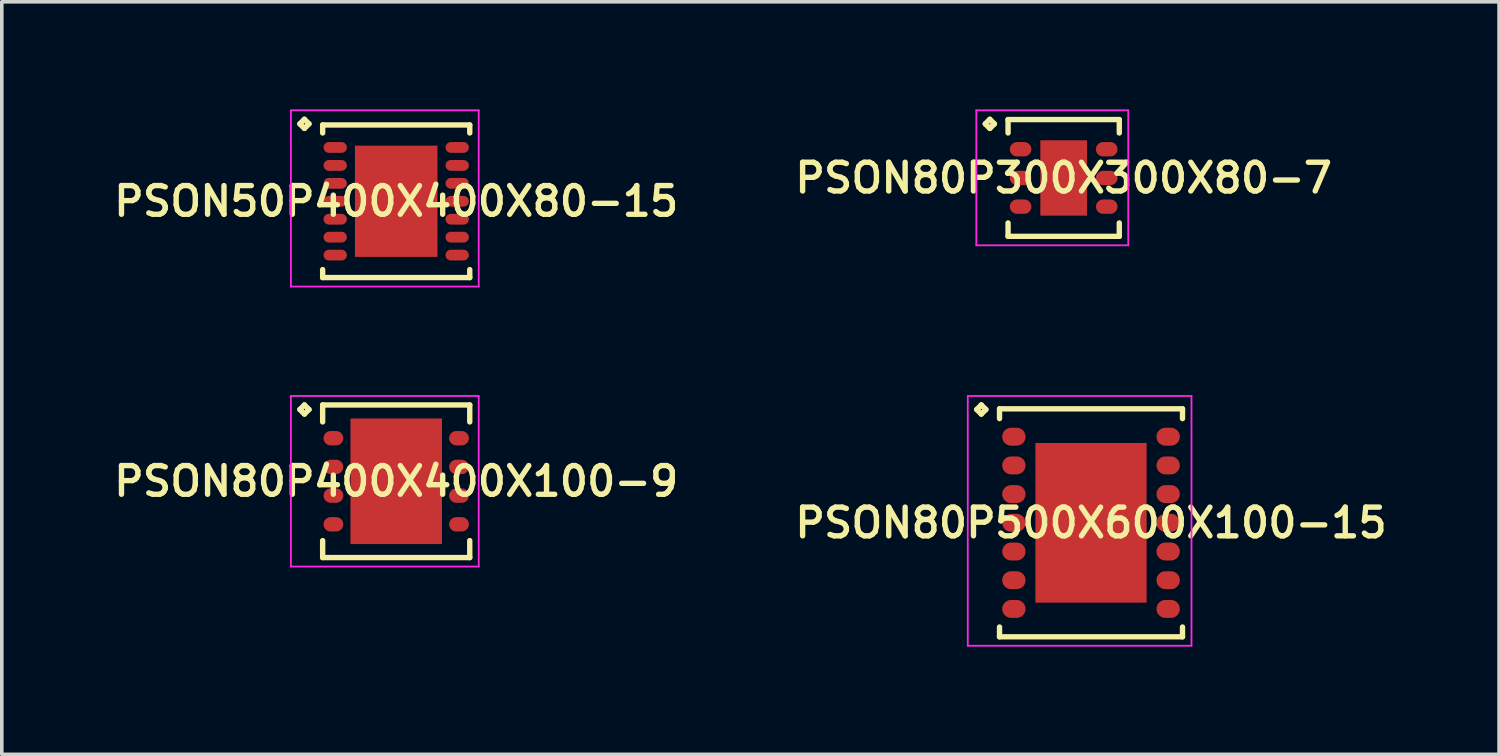
<source format=kicad_pcb>
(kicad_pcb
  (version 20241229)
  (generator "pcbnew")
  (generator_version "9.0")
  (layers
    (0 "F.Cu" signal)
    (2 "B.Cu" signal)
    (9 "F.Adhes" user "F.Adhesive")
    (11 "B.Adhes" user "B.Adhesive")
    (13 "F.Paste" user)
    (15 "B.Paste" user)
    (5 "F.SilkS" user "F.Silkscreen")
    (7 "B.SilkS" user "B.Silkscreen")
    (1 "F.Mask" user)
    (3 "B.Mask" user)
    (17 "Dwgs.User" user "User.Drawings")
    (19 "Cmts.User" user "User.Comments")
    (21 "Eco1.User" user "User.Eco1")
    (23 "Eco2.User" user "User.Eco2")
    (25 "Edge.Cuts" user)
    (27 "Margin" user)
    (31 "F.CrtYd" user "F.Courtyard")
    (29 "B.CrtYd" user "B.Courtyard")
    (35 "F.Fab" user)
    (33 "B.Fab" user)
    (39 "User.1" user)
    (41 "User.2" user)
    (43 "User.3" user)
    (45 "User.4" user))
  (footprint "PSON80P400X400X100-9"
    (layer "F.Cu")
    (at 7.993 10.364)
    (property "Reference" "PSON80P400X400X100-9" (at 0 0 0) (layer "F.SilkS") (effects (font (size 0.8 0.8) (thickness 0.15))))
    (attr smd)
    (fp_line (start -2.685 -2) (end -2.558 -2.127) (stroke (width 0.15) (type solid)) (layer "F.SilkS"))
    (fp_line (start -2.558 -2.127) (end -2.431 -2) (stroke (width 0.15) (type solid)) (layer "F.SilkS"))
    (fp_line (start -2.558 -1.873) (end -2.685 -2) (stroke (width 0.15) (type solid)) (layer "F.SilkS"))
    (fp_line (start -2.431 -2) (end -2.558 -1.873) (stroke (width 0.15) (type solid)) (layer "F.SilkS"))
    (fp_line (start -2.05 -2.127) (end 2.05 -2.127) (stroke (width 0.15) (type solid)) (layer "F.SilkS"))
    (fp_line (start -2.05 -1.654) (end -2.05 -2.127) (stroke (width 0.15) (type solid)) (layer "F.SilkS"))
    (fp_line (start -2.05 1.654) (end -2.05 2.127) (stroke (width 0.15) (type solid)) (layer "F.SilkS"))
    (fp_line (start -2.05 2.127) (end 2.05 2.127) (stroke (width 0.15) (type solid)) (layer "F.SilkS"))
    (fp_line (start 2.05 -2.127) (end 2.05 -1.654) (stroke (width 0.15) (type solid)) (layer "F.SilkS"))
    (fp_line (start 2.05 2.127) (end 2.05 1.654) (stroke (width 0.15) (type solid)) (layer "F.SilkS"))
    (fp_line (start -2.935 -2.377) (end 2.3 -2.377) (stroke (width 0.05) (type solid)) (layer "F.CrtYd"))
    (fp_line (start -2.935 2.377) (end -2.935 -2.377) (stroke (width 0.05) (type solid)) (layer "F.CrtYd"))
    (fp_line (start 2.3 -2.377) (end 2.3 2.377) (stroke (width 0.05) (type solid)) (layer "F.CrtYd"))
    (fp_line (start 2.3 2.377) (end -2.935 2.377) (stroke (width 0.05) (type solid)) (layer "F.CrtYd"))
    (pad "1" smd oval (at -1.75 -1.2) (size 0.55 0.4) (layers "F.Cu" "F.Mask" "F.Paste"))
    (pad "2" smd oval (at -1.75 -0.4) (size 0.55 0.4) (layers "F.Cu" "F.Mask" "F.Paste"))
    (pad "3" smd oval (at -1.75 0.4) (size 0.55 0.4) (layers "F.Cu" "F.Mask" "F.Paste"))
    (pad "4" smd oval (at -1.75 1.2) (size 0.55 0.4) (layers "F.Cu" "F.Mask" "F.Paste"))
    (pad "5" smd oval (at 1.75 1.2) (size 0.55 0.4) (layers "F.Cu" "F.Mask" "F.Paste"))
    (pad "6" smd oval (at 1.75 0.4) (size 0.55 0.4) (layers "F.Cu" "F.Mask" "F.Paste"))
    (pad "7" smd oval (at 1.75 -0.4) (size 0.55 0.4) (layers "F.Cu" "F.Mask" "F.Paste"))
    (pad "8" smd oval (at 1.75 -1.2) (size 0.55 0.4) (layers "F.Cu" "F.Mask" "F.Paste"))
    (pad "9" smd rect (at 0 0) (size 2.55 3.5) (layers "F.Cu" "F.Mask" "F.Paste")))
  (footprint "PSON80P500X600X100-15"
    (layer "F.Cu")
    (at 27.359 11.522)
    (property "Reference" "PSON80P500X600X100-15" (at 0 0 0) (layer "F.SilkS") (effects (font (size 0.8 0.8) (thickness 0.15))))
    (attr smd)
    (fp_line (start -3.185 -3.158) (end -3.058 -3.285) (stroke (width 0.15) (type solid)) (layer "F.SilkS"))
    (fp_line (start -3.058 -3.285) (end -2.931 -3.158) (stroke (width 0.15) (type solid)) (layer "F.SilkS"))
    (fp_line (start -3.058 -3.031) (end -3.185 -3.158) (stroke (width 0.15) (type solid)) (layer "F.SilkS"))
    (fp_line (start -2.931 -3.158) (end -3.058 -3.031) (stroke (width 0.15) (type solid)) (layer "F.SilkS"))
    (fp_line (start -2.55 -3.177) (end 2.55 -3.177) (stroke (width 0.15) (type solid)) (layer "F.SilkS"))
    (fp_line (start -2.55 -2.904) (end -2.55 -3.177) (stroke (width 0.15) (type solid)) (layer "F.SilkS"))
    (fp_line (start -2.55 2.904) (end -2.55 3.177) (stroke (width 0.15) (type solid)) (layer "F.SilkS"))
    (fp_line (start -2.55 3.177) (end 2.55 3.177) (stroke (width 0.15) (type solid)) (layer "F.SilkS"))
    (fp_line (start 2.55 -3.177) (end 2.55 -2.904) (stroke (width 0.15) (type solid)) (layer "F.SilkS"))
    (fp_line (start 2.55 3.177) (end 2.55 2.904) (stroke (width 0.15) (type solid)) (layer "F.SilkS"))
    (fp_line (start -3.435 -3.535) (end 2.8 -3.535) (stroke (width 0.05) (type solid)) (layer "F.CrtYd"))
    (fp_line (start -3.435 3.427) (end -3.435 -3.535) (stroke (width 0.05) (type solid)) (layer "F.CrtYd"))
    (fp_line (start 2.8 -3.535) (end 2.8 3.427) (stroke (width 0.05) (type solid)) (layer "F.CrtYd"))
    (fp_line (start 2.8 3.427) (end -3.435 3.427) (stroke (width 0.05) (type solid)) (layer "F.CrtYd"))
    (pad "1" smd oval (at -2.15 -2.4) (size 0.65 0.5) (layers "F.Cu" "F.Mask" "F.Paste"))
    (pad "2" smd oval (at -2.15 -1.6) (size 0.65 0.5) (layers "F.Cu" "F.Mask" "F.Paste"))
    (pad "3" smd oval (at -2.15 -0.8) (size 0.65 0.5) (layers "F.Cu" "F.Mask" "F.Paste"))
    (pad "4" smd oval (at -2.15 0) (size 0.65 0.5) (layers "F.Cu" "F.Mask" "F.Paste"))
    (pad "5" smd oval (at -2.15 0.8) (size 0.65 0.5) (layers "F.Cu" "F.Mask" "F.Paste"))
    (pad "6" smd oval (at -2.15 1.6) (size 0.65 0.5) (layers "F.Cu" "F.Mask" "F.Paste"))
    (pad "7" smd oval (at -2.15 2.4) (size 0.65 0.5) (layers "F.Cu" "F.Mask" "F.Paste"))
    (pad "8" smd oval (at 2.15 2.4) (size 0.65 0.5) (layers "F.Cu" "F.Mask" "F.Paste"))
    (pad "9" smd oval (at 2.15 1.6) (size 0.65 0.5) (layers "F.Cu" "F.Mask" "F.Paste"))
    (pad "10" smd oval (at 2.15 0.8) (size 0.65 0.5) (layers "F.Cu" "F.Mask" "F.Paste"))
    (pad "11" smd oval (at 2.15 0) (size 0.65 0.5) (layers "F.Cu" "F.Mask" "F.Paste"))
    (pad "12" smd oval (at 2.15 -0.8) (size 0.65 0.5) (layers "F.Cu" "F.Mask" "F.Paste"))
    (pad "13" smd oval (at 2.15 -1.6) (size 0.65 0.5) (layers "F.Cu" "F.Mask" "F.Paste"))
    (pad "14" smd oval (at 2.15 -2.4) (size 0.65 0.5) (layers "F.Cu" "F.Mask" "F.Paste"))
    (pad "15" smd rect (at 0 0) (size 3.1 4.45) (layers "F.Cu" "F.Mask" "F.Paste")))
  (footprint "PSON50P400X400X80-15"
    (layer "F.Cu")
    (at 7.993 2.56)
    (property "Reference" "PSON50P400X400X80-15" (at 0 0 0) (layer "F.SilkS") (effects (font (size 0.8 0.8) (thickness 0.15))))
    (attr smd)
    (fp_line (start -2.685 -2.158) (end -2.558 -2.285) (stroke (width 0.15) (type solid)) (layer "F.SilkS"))
    (fp_line (start -2.558 -2.285) (end -2.431 -2.158) (stroke (width 0.15) (type solid)) (layer "F.SilkS"))
    (fp_line (start -2.558 -2.031) (end -2.685 -2.158) (stroke (width 0.15) (type solid)) (layer "F.SilkS"))
    (fp_line (start -2.431 -2.158) (end -2.558 -2.031) (stroke (width 0.15) (type solid)) (layer "F.SilkS"))
    (fp_line (start -2.05 -2.127) (end 2.05 -2.127) (stroke (width 0.15) (type solid)) (layer "F.SilkS"))
    (fp_line (start -2.05 -1.904) (end -2.05 -2.127) (stroke (width 0.15) (type solid)) (layer "F.SilkS"))
    (fp_line (start -2.05 1.904) (end -2.05 2.127) (stroke (width 0.15) (type solid)) (layer "F.SilkS"))
    (fp_line (start -2.05 2.127) (end 2.05 2.127) (stroke (width 0.15) (type solid)) (layer "F.SilkS"))
    (fp_line (start 2.05 -2.127) (end 2.05 -1.904) (stroke (width 0.15) (type solid)) (layer "F.SilkS"))
    (fp_line (start 2.05 2.127) (end 2.05 1.904) (stroke (width 0.15) (type solid)) (layer "F.SilkS"))
    (fp_line (start -2.935 -2.535) (end 2.3 -2.535) (stroke (width 0.05) (type solid)) (layer "F.CrtYd"))
    (fp_line (start -2.935 2.377) (end -2.935 -2.535) (stroke (width 0.05) (type solid)) (layer "F.CrtYd"))
    (fp_line (start 2.3 -2.535) (end 2.3 2.377) (stroke (width 0.05) (type solid)) (layer "F.CrtYd"))
    (fp_line (start 2.3 2.377) (end -2.935 2.377) (stroke (width 0.05) (type solid)) (layer "F.CrtYd"))
    (pad "1" smd oval (at -1.7 -1.5) (size 0.65 0.3) (layers "F.Cu" "F.Mask" "F.Paste"))
    (pad "2" smd oval (at -1.7 -1) (size 0.65 0.3) (layers "F.Cu" "F.Mask" "F.Paste"))
    (pad "3" smd oval (at -1.7 -0.5) (size 0.65 0.3) (layers "F.Cu" "F.Mask" "F.Paste"))
    (pad "4" smd oval (at -1.7 0) (size 0.65 0.3) (layers "F.Cu" "F.Mask" "F.Paste"))
    (pad "5" smd oval (at -1.7 0.5) (size 0.65 0.3) (layers "F.Cu" "F.Mask" "F.Paste"))
    (pad "6" smd oval (at -1.7 1) (size 0.65 0.3) (layers "F.Cu" "F.Mask" "F.Paste"))
    (pad "7" smd oval (at -1.7 1.5) (size 0.65 0.3) (layers "F.Cu" "F.Mask" "F.Paste"))
    (pad "8" smd oval (at 1.7 1.5) (size 0.65 0.3) (layers "F.Cu" "F.Mask" "F.Paste"))
    (pad "9" smd oval (at 1.7 1) (size 0.65 0.3) (layers "F.Cu" "F.Mask" "F.Paste"))
    (pad "10" smd oval (at 1.7 0.5) (size 0.65 0.3) (layers "F.Cu" "F.Mask" "F.Paste"))
    (pad "11" smd oval (at 1.7 0) (size 0.65 0.3) (layers "F.Cu" "F.Mask" "F.Paste"))
    (pad "12" smd oval (at 1.7 -0.5) (size 0.65 0.3) (layers "F.Cu" "F.Mask" "F.Paste"))
    (pad "13" smd oval (at 1.7 -1) (size 0.65 0.3) (layers "F.Cu" "F.Mask" "F.Paste"))
    (pad "14" smd oval (at 1.7 -1.5) (size 0.65 0.3) (layers "F.Cu" "F.Mask" "F.Paste"))
    (pad "15" smd rect (at 0 0) (size 2.3 3.1) (layers "F.Cu" "F.Mask" "F.Paste")))
  (footprint "PSON80P300X300X80-7"
    (layer "F.Cu")
    (at 26.597 1.91)
    (property "Reference" "PSON80P300X300X80-7" (at 0 0 0) (layer "F.SilkS") (effects (font (size 0.8 0.8) (thickness 0.15))))
    (attr smd)
    (fp_line (start -2.185 -1.508) (end -2.058 -1.635) (stroke (width 0.15) (type solid)) (layer "F.SilkS"))
    (fp_line (start -2.058 -1.635) (end -1.931 -1.508) (stroke (width 0.15) (type solid)) (layer "F.SilkS"))
    (fp_line (start -2.058 -1.381) (end -2.185 -1.508) (stroke (width 0.15) (type solid)) (layer "F.SilkS"))
    (fp_line (start -1.931 -1.508) (end -2.058 -1.381) (stroke (width 0.15) (type solid)) (layer "F.SilkS"))
    (fp_line (start -1.55 -1.627) (end 1.55 -1.627) (stroke (width 0.15) (type solid)) (layer "F.SilkS"))
    (fp_line (start -1.55 -1.254) (end -1.55 -1.627) (stroke (width 0.15) (type solid)) (layer "F.SilkS"))
    (fp_line (start -1.55 1.254) (end -1.55 1.627) (stroke (width 0.15) (type solid)) (layer "F.SilkS"))
    (fp_line (start -1.55 1.627) (end 1.55 1.627) (stroke (width 0.15) (type solid)) (layer "F.SilkS"))
    (fp_line (start 1.55 -1.627) (end 1.55 -1.254) (stroke (width 0.15) (type solid)) (layer "F.SilkS"))
    (fp_line (start 1.55 1.627) (end 1.55 1.254) (stroke (width 0.15) (type solid)) (layer "F.SilkS"))
    (fp_line (start -2.435 -1.885) (end 1.8 -1.885) (stroke (width 0.05) (type solid)) (layer "F.CrtYd"))
    (fp_line (start -2.435 1.877) (end -2.435 -1.885) (stroke (width 0.05) (type solid)) (layer "F.CrtYd"))
    (fp_line (start 1.8 -1.885) (end 1.8 1.877) (stroke (width 0.05) (type solid)) (layer "F.CrtYd"))
    (fp_line (start 1.8 1.877) (end -2.435 1.877) (stroke (width 0.05) (type solid)) (layer "F.CrtYd"))
    (pad "1" smd oval (at -1.2 -0.8) (size 0.6 0.4) (layers "F.Cu" "F.Mask" "F.Paste"))
    (pad "2" smd oval (at -1.2 0) (size 0.6 0.4) (layers "F.Cu" "F.Mask" "F.Paste"))
    (pad "3" smd oval (at -1.2 0.8) (size 0.6 0.4) (layers "F.Cu" "F.Mask" "F.Paste"))
    (pad "4" smd oval (at 1.2 0.8) (size 0.6 0.4) (layers "F.Cu" "F.Mask" "F.Paste"))
    (pad "5" smd oval (at 1.2 0) (size 0.6 0.4) (layers "F.Cu" "F.Mask" "F.Paste"))
    (pad "6" smd oval (at 1.2 -0.8) (size 0.6 0.4) (layers "F.Cu" "F.Mask" "F.Paste"))
    (pad "7" smd rect (at 0 0) (size 1.3 2.1) (layers "F.Cu" "F.Mask" "F.Paste")))
  (gr_rect
    (start -3 -3)
    (end 38.732 17.974)
    (stroke (width 0.1) (type default))
    (fill no)
    (layer "Edge.Cuts")))
</source>
